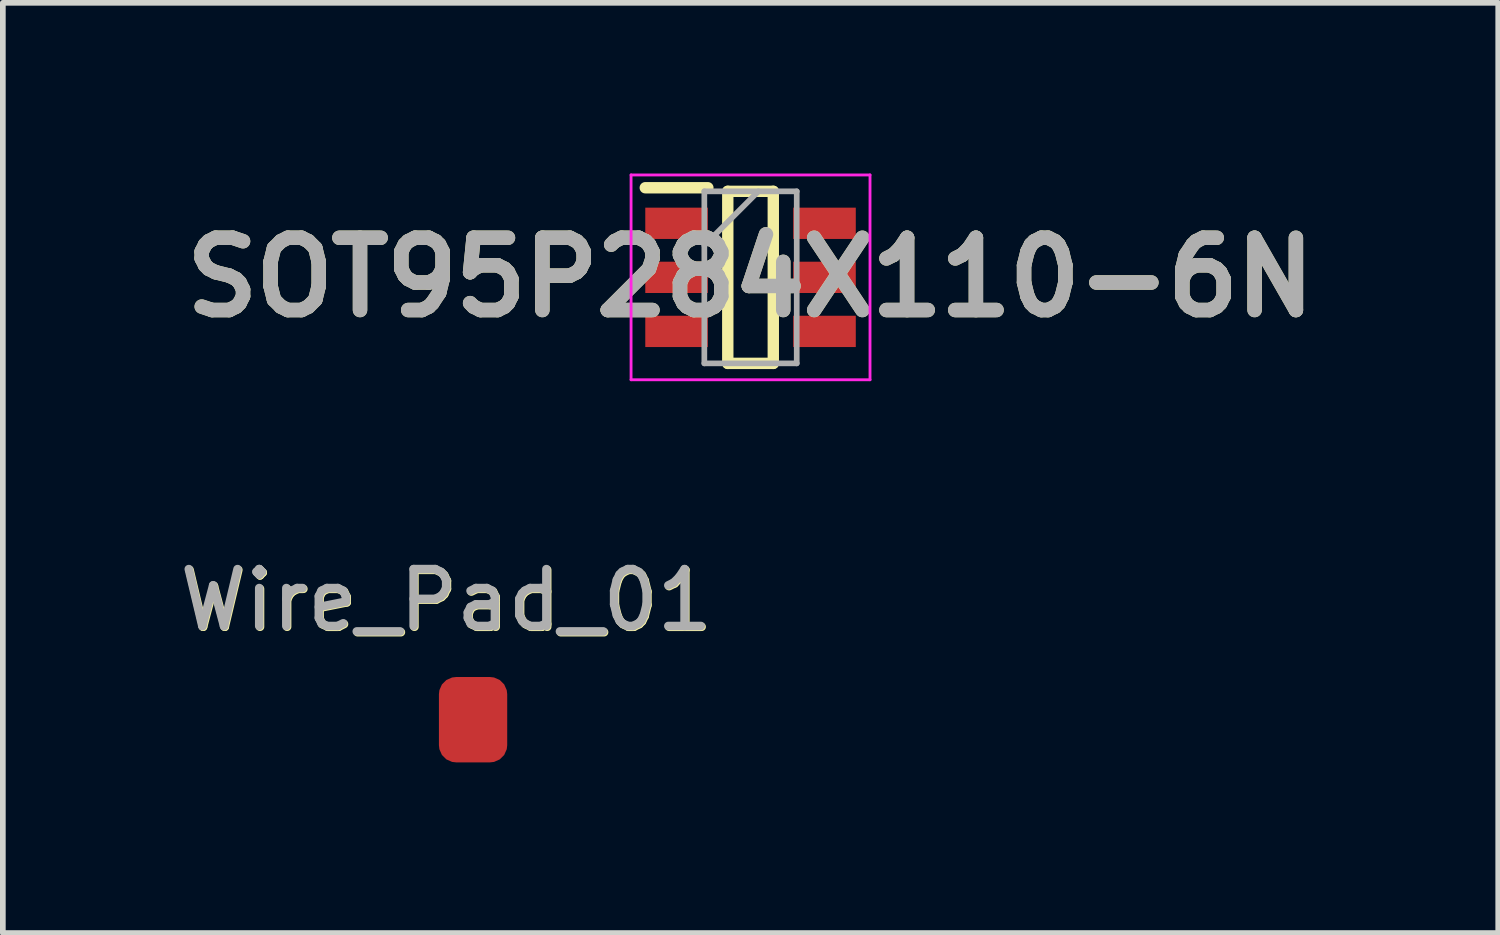
<source format=kicad_pcb>
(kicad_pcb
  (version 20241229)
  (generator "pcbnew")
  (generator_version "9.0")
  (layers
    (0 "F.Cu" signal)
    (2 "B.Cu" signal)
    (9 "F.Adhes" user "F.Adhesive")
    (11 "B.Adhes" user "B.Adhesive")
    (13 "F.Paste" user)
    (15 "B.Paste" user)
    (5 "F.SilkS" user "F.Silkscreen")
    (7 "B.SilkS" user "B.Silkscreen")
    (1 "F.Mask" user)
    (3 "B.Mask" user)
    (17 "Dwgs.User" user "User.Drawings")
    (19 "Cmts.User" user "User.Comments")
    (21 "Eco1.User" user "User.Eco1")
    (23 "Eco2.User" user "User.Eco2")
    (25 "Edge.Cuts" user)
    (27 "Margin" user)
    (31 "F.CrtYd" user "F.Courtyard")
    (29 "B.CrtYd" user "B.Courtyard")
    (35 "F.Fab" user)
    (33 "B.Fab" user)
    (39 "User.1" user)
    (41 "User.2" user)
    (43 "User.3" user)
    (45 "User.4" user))
  (footprint "SOT95P284X110-6N"
    (layer "F.Cu")
    (at 10.142 1.825)
    (property "Reference" "SOT95P284X110-6N" (at 0 0 0) (layer "F.SilkS") (effects (font (size 1.27 1.27) (thickness 0.254))))
    (attr smd)
    (fp_line (start -1.85 -1.575) (end -0.75 -1.575) (stroke (width 0.2) (type solid)) (layer "F.SilkS"))
    (fp_line (start -0.4 -1.512) (end 0.4 -1.512) (stroke (width 0.2) (type solid)) (layer "F.SilkS"))
    (fp_line (start -0.4 1.512) (end -0.4 -1.512) (stroke (width 0.2) (type solid)) (layer "F.SilkS"))
    (fp_line (start 0.4 -1.512) (end 0.4 1.512) (stroke (width 0.2) (type solid)) (layer "F.SilkS"))
    (fp_line (start 0.4 1.512) (end -0.4 1.512) (stroke (width 0.2) (type solid)) (layer "F.SilkS"))
    (fp_line (start -2.1 -1.8) (end 2.1 -1.8) (stroke (width 0.05) (type solid)) (layer "F.CrtYd"))
    (fp_line (start -2.1 1.8) (end -2.1 -1.8) (stroke (width 0.05) (type solid)) (layer "F.CrtYd"))
    (fp_line (start 2.1 -1.8) (end 2.1 1.8) (stroke (width 0.05) (type solid)) (layer "F.CrtYd"))
    (fp_line (start 2.1 1.8) (end -2.1 1.8) (stroke (width 0.05) (type solid)) (layer "F.CrtYd"))
    (fp_line (start -0.812 -1.512) (end 0.812 -1.512) (stroke (width 0.1) (type solid)) (layer "F.Fab"))
    (fp_line (start -0.812 -0.562) (end 0.138 -1.512) (stroke (width 0.1) (type solid)) (layer "F.Fab"))
    (fp_line (start -0.812 1.512) (end -0.812 -1.512) (stroke (width 0.1) (type solid)) (layer "F.Fab"))
    (fp_line (start 0.812 -1.512) (end 0.812 1.512) (stroke (width 0.1) (type solid)) (layer "F.Fab"))
    (fp_line (start 0.812 1.512) (end -0.812 1.512) (stroke (width 0.1) (type solid)) (layer "F.Fab"))
    (fp_text user "${REFERENCE}" (at 0 0 0) (layer "F.Fab") (effects (font (size 1.27 1.27) (thickness 0.254))))
    (pad "1" smd rect (at -1.3 -0.95 90) (size 0.55 1.1) (layers "F.Cu" "F.Mask" "F.Paste"))
    (pad "2" smd rect (at -1.3 0 90) (size 0.55 1.1) (layers "F.Cu" "F.Mask" "F.Paste"))
    (pad "3" smd rect (at -1.3 0.95 90) (size 0.55 1.1) (layers "F.Cu" "F.Mask" "F.Paste"))
    (pad "4" smd rect (at 1.3 0.95 90) (size 0.55 1.1) (layers "F.Cu" "F.Mask" "F.Paste"))
    (pad "5" smd rect (at 1.3 0 90) (size 0.55 1.1) (layers "F.Cu" "F.Mask" "F.Paste"))
    (pad "6" smd rect (at 1.3 -0.95 90) (size 0.55 1.1) (layers "F.Cu" "F.Mask" "F.Paste")))
  (footprint "Wire_Pad_01"
    (layer "F.Cu")
    (at 5.265 9.6)
    (property "Reference" "Wire_Pad_01" (at -0.459 -2.088 0) (unlocked yes) (layer "F.SilkS") (effects (font (size 1 1) (thickness 0.15))))
    (attr smd)
    (fp_text user "${REFERENCE}" (at -0.473 -2.102 0) (unlocked yes) (layer "F.Fab") (effects (font (size 1 1) (thickness 0.15))))
    (pad "1" smd roundrect (at 0 0) (size 1.2 1.5) (layers "F.Cu" "F.Mask" "F.Paste") (roundrect_rratio 0.25)))
  (gr_rect
    (start -3 -3)
    (end 23.284 13.35)
    (stroke (width 0.1) (type default))
    (fill no)
    (layer "Edge.Cuts")))
</source>
